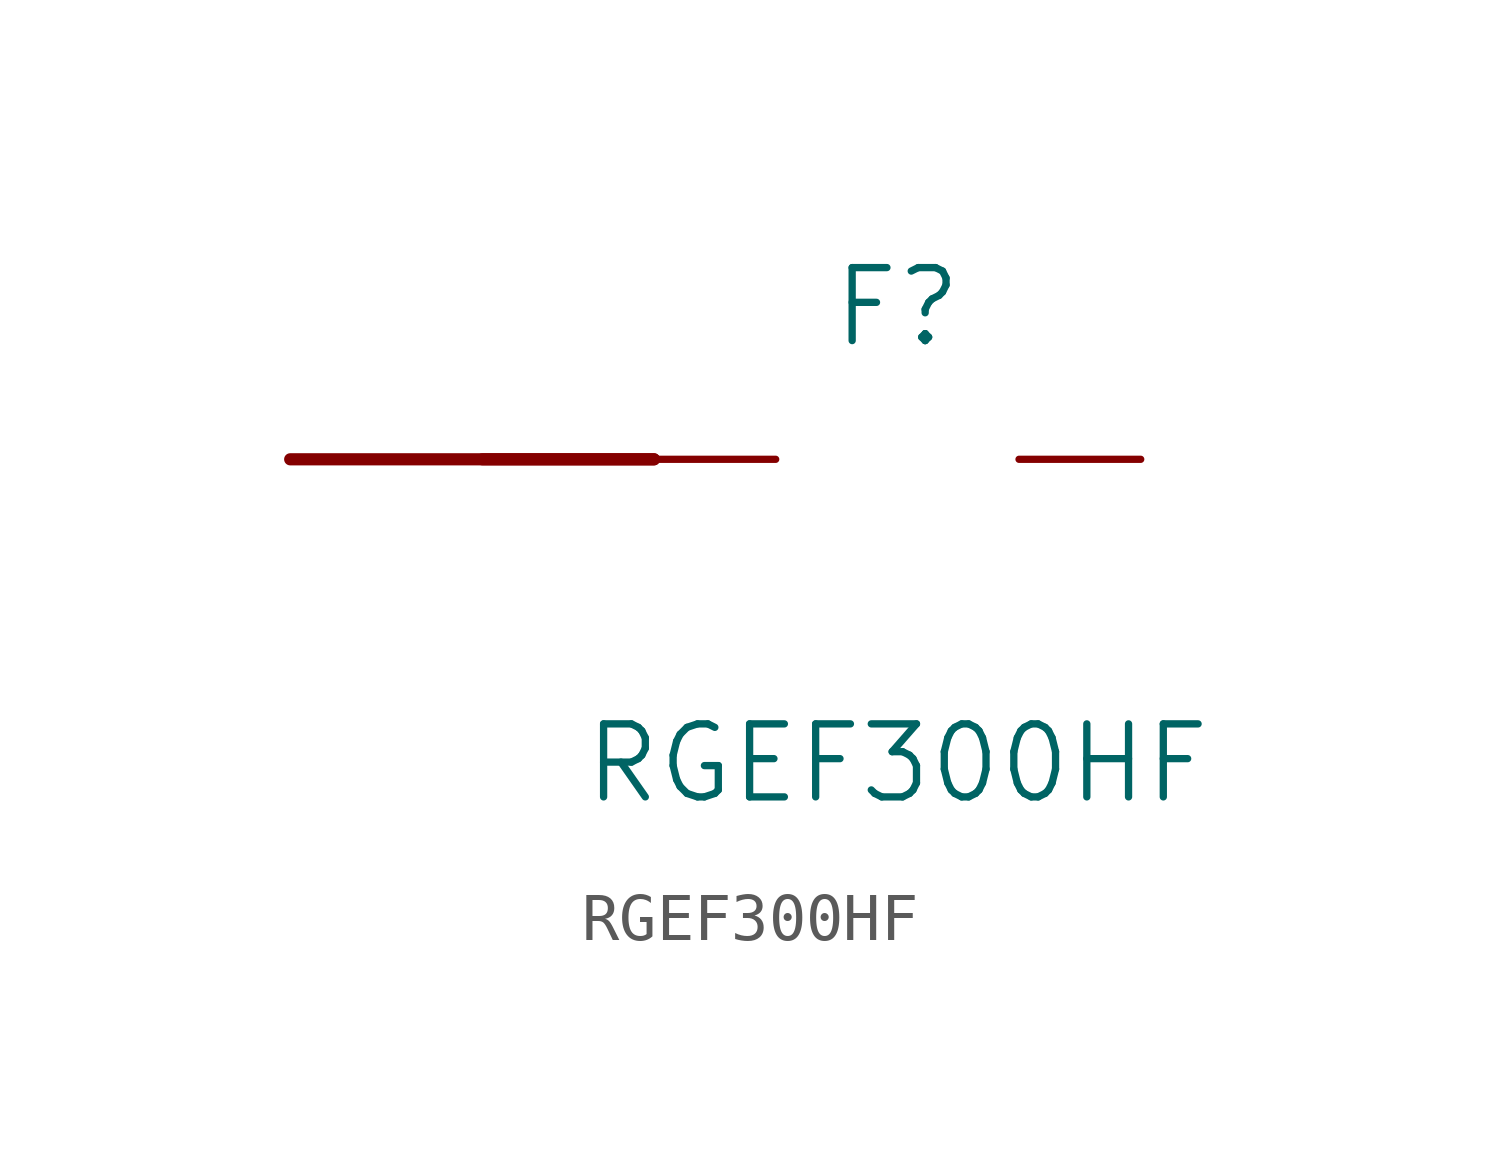
<source format=kicad_sym>
(kicad_symbol_lib
  (version 20231120)
  (generator "kicad_symbol_editor")
  (generator_version "8.0")
  (symbol "RGEF300HF"
    (pin_numbers hide)
    (pin_names hide)
    (property "Reference" "F"
      (at 5.08 3.175 0)
      (effects (font (size 1.524 1.524))))
    (property "Value" "RGEF300HF"
      (at 5.08 -6.35 0)
      (effects (font (size 1.524 1.524))))
    (property "Datasheet" ""
      (at 0 0 0)
      (effects (font (size 1.524 1.524))))
    (symbol "RGEF300HF_1_1"
      (arc (start -7.5946 0) (mid -3.7973 -0.0003) (end 0 0) (stroke (width 0.254) (type default)) (fill (type none)))
      (arc (start -3.5814 0) (mid -1.7907 -0.0001) (end 0 0) (stroke (width 0.254) (type default)) (fill (type none)))
      (pin unspecified line (at 0 0 0) (length 2.54) (name "1" (effects (font (size 1.499 1.499)))) (number "1" (effects (font (size 1.499 1.499)))))
      (pin unspecified line (at 10.16 0 180) (length 2.54) (name "2" (effects (font (size 1.499 1.499)))) (number "2" (effects (font (size 1.499 1.499))))))))
</source>
